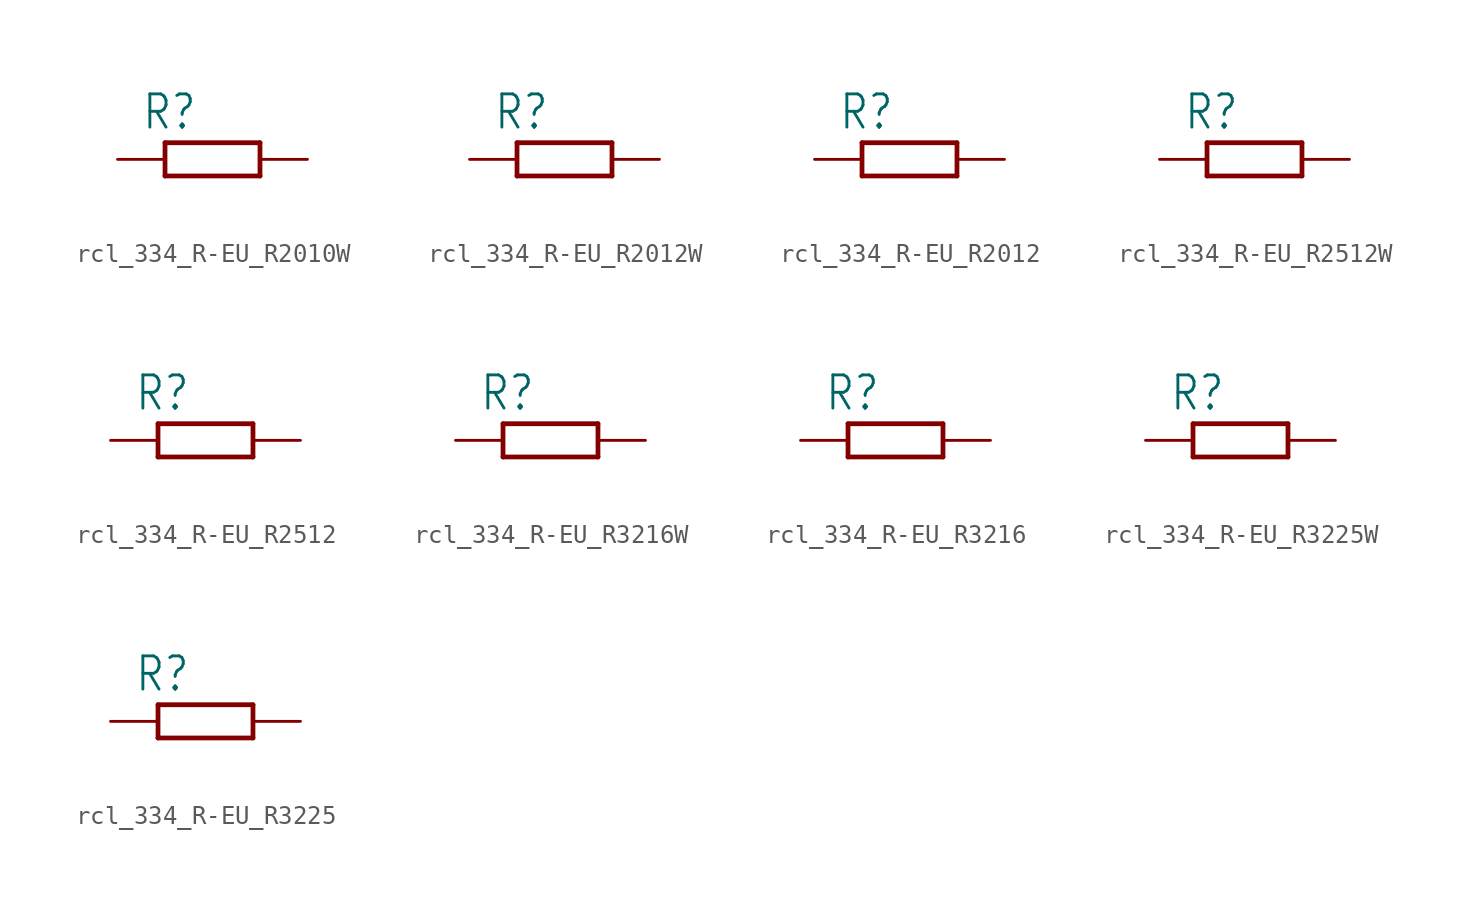
<source format=kicad_sym>
(kicad_symbol_lib
  (version 20241209)
  (generator "kicad_symbol_editor")
  (generator_version "9.0")
  (symbol "rcl_334_R-EU_R2010W"
    (property "Reference" "R"
      (at -3.81 1.499 0)
      (effects (font (size 1.778 1.511)) (justify left bottom)))
    (property "Value" ""
      (at -3.81 -3.302 0)
      (effects (font (size 1.778 1.511)) (justify left bottom)))
    (property "ki_locked" ""
      (at 0 0 0)
      (effects (font (size 1.27 1.27))))
    (symbol "rcl_334_R-EU_R2010W_1_0"
      (polyline (pts (xy -2.54 -0.889) (xy -2.54 0.889)) (stroke (width 0.254) (type solid)) (fill (type none)))
      (polyline (pts (xy -2.54 -0.889) (xy 2.54 -0.889)) (stroke (width 0.254) (type solid)) (fill (type none)))
      (polyline (pts (xy 2.54 0.889) (xy -2.54 0.889)) (stroke (width 0.254) (type solid)) (fill (type none)))
      (polyline (pts (xy 2.54 -0.889) (xy 2.54 0.889)) (stroke (width 0.254) (type solid)) (fill (type none)))
      (pin passive line (at -5.08 0 0) (length 2.54) (name "1" (effects (font (size 0 0)))) (number "1" (effects (font (size 0 0)))))
      (pin passive line (at 5.08 0 180) (length 2.54) (name "2" (effects (font (size 0 0)))) (number "2" (effects (font (size 0 0)))))))
  (symbol "rcl_334_R-EU_R2012W"
    (property "Reference" "R"
      (at -3.81 1.499 0)
      (effects (font (size 1.778 1.511)) (justify left bottom)))
    (property "Value" ""
      (at -3.81 -3.302 0)
      (effects (font (size 1.778 1.511)) (justify left bottom)))
    (property "ki_locked" ""
      (at 0 0 0)
      (effects (font (size 1.27 1.27))))
    (symbol "rcl_334_R-EU_R2012W_1_0"
      (polyline (pts (xy -2.54 -0.889) (xy -2.54 0.889)) (stroke (width 0.254) (type solid)) (fill (type none)))
      (polyline (pts (xy -2.54 -0.889) (xy 2.54 -0.889)) (stroke (width 0.254) (type solid)) (fill (type none)))
      (polyline (pts (xy 2.54 0.889) (xy -2.54 0.889)) (stroke (width 0.254) (type solid)) (fill (type none)))
      (polyline (pts (xy 2.54 -0.889) (xy 2.54 0.889)) (stroke (width 0.254) (type solid)) (fill (type none)))
      (pin passive line (at -5.08 0 0) (length 2.54) (name "1" (effects (font (size 0 0)))) (number "1" (effects (font (size 0 0)))))
      (pin passive line (at 5.08 0 180) (length 2.54) (name "2" (effects (font (size 0 0)))) (number "2" (effects (font (size 0 0)))))))
  (symbol "rcl_334_R-EU_R2012"
    (property "Reference" "R"
      (at -3.81 1.499 0)
      (effects (font (size 1.778 1.511)) (justify left bottom)))
    (property "Value" ""
      (at -3.81 -3.302 0)
      (effects (font (size 1.778 1.511)) (justify left bottom)))
    (property "ki_locked" ""
      (at 0 0 0)
      (effects (font (size 1.27 1.27))))
    (symbol "rcl_334_R-EU_R2012_1_0"
      (polyline (pts (xy -2.54 -0.889) (xy -2.54 0.889)) (stroke (width 0.254) (type solid)) (fill (type none)))
      (polyline (pts (xy -2.54 -0.889) (xy 2.54 -0.889)) (stroke (width 0.254) (type solid)) (fill (type none)))
      (polyline (pts (xy 2.54 0.889) (xy -2.54 0.889)) (stroke (width 0.254) (type solid)) (fill (type none)))
      (polyline (pts (xy 2.54 -0.889) (xy 2.54 0.889)) (stroke (width 0.254) (type solid)) (fill (type none)))
      (pin passive line (at -5.08 0 0) (length 2.54) (name "1" (effects (font (size 0 0)))) (number "1" (effects (font (size 0 0)))))
      (pin passive line (at 5.08 0 180) (length 2.54) (name "2" (effects (font (size 0 0)))) (number "2" (effects (font (size 0 0)))))))
  (symbol "rcl_334_R-EU_R2512W"
    (property "Reference" "R"
      (at -3.81 1.499 0)
      (effects (font (size 1.778 1.511)) (justify left bottom)))
    (property "Value" ""
      (at -3.81 -3.302 0)
      (effects (font (size 1.778 1.511)) (justify left bottom)))
    (property "ki_locked" ""
      (at 0 0 0)
      (effects (font (size 1.27 1.27))))
    (symbol "rcl_334_R-EU_R2512W_1_0"
      (polyline (pts (xy -2.54 -0.889) (xy -2.54 0.889)) (stroke (width 0.254) (type solid)) (fill (type none)))
      (polyline (pts (xy -2.54 -0.889) (xy 2.54 -0.889)) (stroke (width 0.254) (type solid)) (fill (type none)))
      (polyline (pts (xy 2.54 0.889) (xy -2.54 0.889)) (stroke (width 0.254) (type solid)) (fill (type none)))
      (polyline (pts (xy 2.54 -0.889) (xy 2.54 0.889)) (stroke (width 0.254) (type solid)) (fill (type none)))
      (pin passive line (at -5.08 0 0) (length 2.54) (name "1" (effects (font (size 0 0)))) (number "1" (effects (font (size 0 0)))))
      (pin passive line (at 5.08 0 180) (length 2.54) (name "2" (effects (font (size 0 0)))) (number "2" (effects (font (size 0 0)))))))
  (symbol "rcl_334_R-EU_R2512"
    (property "Reference" "R"
      (at -3.81 1.499 0)
      (effects (font (size 1.778 1.511)) (justify left bottom)))
    (property "Value" ""
      (at -3.81 -3.302 0)
      (effects (font (size 1.778 1.511)) (justify left bottom)))
    (property "ki_locked" ""
      (at 0 0 0)
      (effects (font (size 1.27 1.27))))
    (symbol "rcl_334_R-EU_R2512_1_0"
      (polyline (pts (xy -2.54 -0.889) (xy -2.54 0.889)) (stroke (width 0.254) (type solid)) (fill (type none)))
      (polyline (pts (xy -2.54 -0.889) (xy 2.54 -0.889)) (stroke (width 0.254) (type solid)) (fill (type none)))
      (polyline (pts (xy 2.54 0.889) (xy -2.54 0.889)) (stroke (width 0.254) (type solid)) (fill (type none)))
      (polyline (pts (xy 2.54 -0.889) (xy 2.54 0.889)) (stroke (width 0.254) (type solid)) (fill (type none)))
      (pin passive line (at -5.08 0 0) (length 2.54) (name "1" (effects (font (size 0 0)))) (number "1" (effects (font (size 0 0)))))
      (pin passive line (at 5.08 0 180) (length 2.54) (name "2" (effects (font (size 0 0)))) (number "2" (effects (font (size 0 0)))))))
  (symbol "rcl_334_R-EU_R3216W"
    (property "Reference" "R"
      (at -3.81 1.499 0)
      (effects (font (size 1.778 1.511)) (justify left bottom)))
    (property "Value" ""
      (at -3.81 -3.302 0)
      (effects (font (size 1.778 1.511)) (justify left bottom)))
    (property "ki_locked" ""
      (at 0 0 0)
      (effects (font (size 1.27 1.27))))
    (symbol "rcl_334_R-EU_R3216W_1_0"
      (polyline (pts (xy -2.54 -0.889) (xy -2.54 0.889)) (stroke (width 0.254) (type solid)) (fill (type none)))
      (polyline (pts (xy -2.54 -0.889) (xy 2.54 -0.889)) (stroke (width 0.254) (type solid)) (fill (type none)))
      (polyline (pts (xy 2.54 0.889) (xy -2.54 0.889)) (stroke (width 0.254) (type solid)) (fill (type none)))
      (polyline (pts (xy 2.54 -0.889) (xy 2.54 0.889)) (stroke (width 0.254) (type solid)) (fill (type none)))
      (pin passive line (at -5.08 0 0) (length 2.54) (name "1" (effects (font (size 0 0)))) (number "1" (effects (font (size 0 0)))))
      (pin passive line (at 5.08 0 180) (length 2.54) (name "2" (effects (font (size 0 0)))) (number "2" (effects (font (size 0 0)))))))
  (symbol "rcl_334_R-EU_R3216"
    (property "Reference" "R"
      (at -3.81 1.499 0)
      (effects (font (size 1.778 1.511)) (justify left bottom)))
    (property "Value" ""
      (at -3.81 -3.302 0)
      (effects (font (size 1.778 1.511)) (justify left bottom)))
    (property "ki_locked" ""
      (at 0 0 0)
      (effects (font (size 1.27 1.27))))
    (symbol "rcl_334_R-EU_R3216_1_0"
      (polyline (pts (xy -2.54 -0.889) (xy -2.54 0.889)) (stroke (width 0.254) (type solid)) (fill (type none)))
      (polyline (pts (xy -2.54 -0.889) (xy 2.54 -0.889)) (stroke (width 0.254) (type solid)) (fill (type none)))
      (polyline (pts (xy 2.54 0.889) (xy -2.54 0.889)) (stroke (width 0.254) (type solid)) (fill (type none)))
      (polyline (pts (xy 2.54 -0.889) (xy 2.54 0.889)) (stroke (width 0.254) (type solid)) (fill (type none)))
      (pin passive line (at -5.08 0 0) (length 2.54) (name "1" (effects (font (size 0 0)))) (number "1" (effects (font (size 0 0)))))
      (pin passive line (at 5.08 0 180) (length 2.54) (name "2" (effects (font (size 0 0)))) (number "2" (effects (font (size 0 0)))))))
  (symbol "rcl_334_R-EU_R3225W"
    (property "Reference" "R"
      (at -3.81 1.499 0)
      (effects (font (size 1.778 1.511)) (justify left bottom)))
    (property "Value" ""
      (at -3.81 -3.302 0)
      (effects (font (size 1.778 1.511)) (justify left bottom)))
    (property "ki_locked" ""
      (at 0 0 0)
      (effects (font (size 1.27 1.27))))
    (symbol "rcl_334_R-EU_R3225W_1_0"
      (polyline (pts (xy -2.54 -0.889) (xy -2.54 0.889)) (stroke (width 0.254) (type solid)) (fill (type none)))
      (polyline (pts (xy -2.54 -0.889) (xy 2.54 -0.889)) (stroke (width 0.254) (type solid)) (fill (type none)))
      (polyline (pts (xy 2.54 0.889) (xy -2.54 0.889)) (stroke (width 0.254) (type solid)) (fill (type none)))
      (polyline (pts (xy 2.54 -0.889) (xy 2.54 0.889)) (stroke (width 0.254) (type solid)) (fill (type none)))
      (pin passive line (at -5.08 0 0) (length 2.54) (name "1" (effects (font (size 0 0)))) (number "1" (effects (font (size 0 0)))))
      (pin passive line (at 5.08 0 180) (length 2.54) (name "2" (effects (font (size 0 0)))) (number "2" (effects (font (size 0 0)))))))
  (symbol "rcl_334_R-EU_R3225"
    (property "Reference" "R"
      (at -3.81 1.499 0)
      (effects (font (size 1.778 1.511)) (justify left bottom)))
    (property "Value" ""
      (at -3.81 -3.302 0)
      (effects (font (size 1.778 1.511)) (justify left bottom)))
    (property "ki_locked" ""
      (at 0 0 0)
      (effects (font (size 1.27 1.27))))
    (symbol "rcl_334_R-EU_R3225_1_0"
      (polyline (pts (xy -2.54 -0.889) (xy -2.54 0.889)) (stroke (width 0.254) (type solid)) (fill (type none)))
      (polyline (pts (xy -2.54 -0.889) (xy 2.54 -0.889)) (stroke (width 0.254) (type solid)) (fill (type none)))
      (polyline (pts (xy 2.54 0.889) (xy -2.54 0.889)) (stroke (width 0.254) (type solid)) (fill (type none)))
      (polyline (pts (xy 2.54 -0.889) (xy 2.54 0.889)) (stroke (width 0.254) (type solid)) (fill (type none)))
      (pin passive line (at -5.08 0 0) (length 2.54) (name "1" (effects (font (size 0 0)))) (number "1" (effects (font (size 0 0)))))
      (pin passive line (at 5.08 0 180) (length 2.54) (name "2" (effects (font (size 0 0)))) (number "2" (effects (font (size 0 0))))))))
</source>
